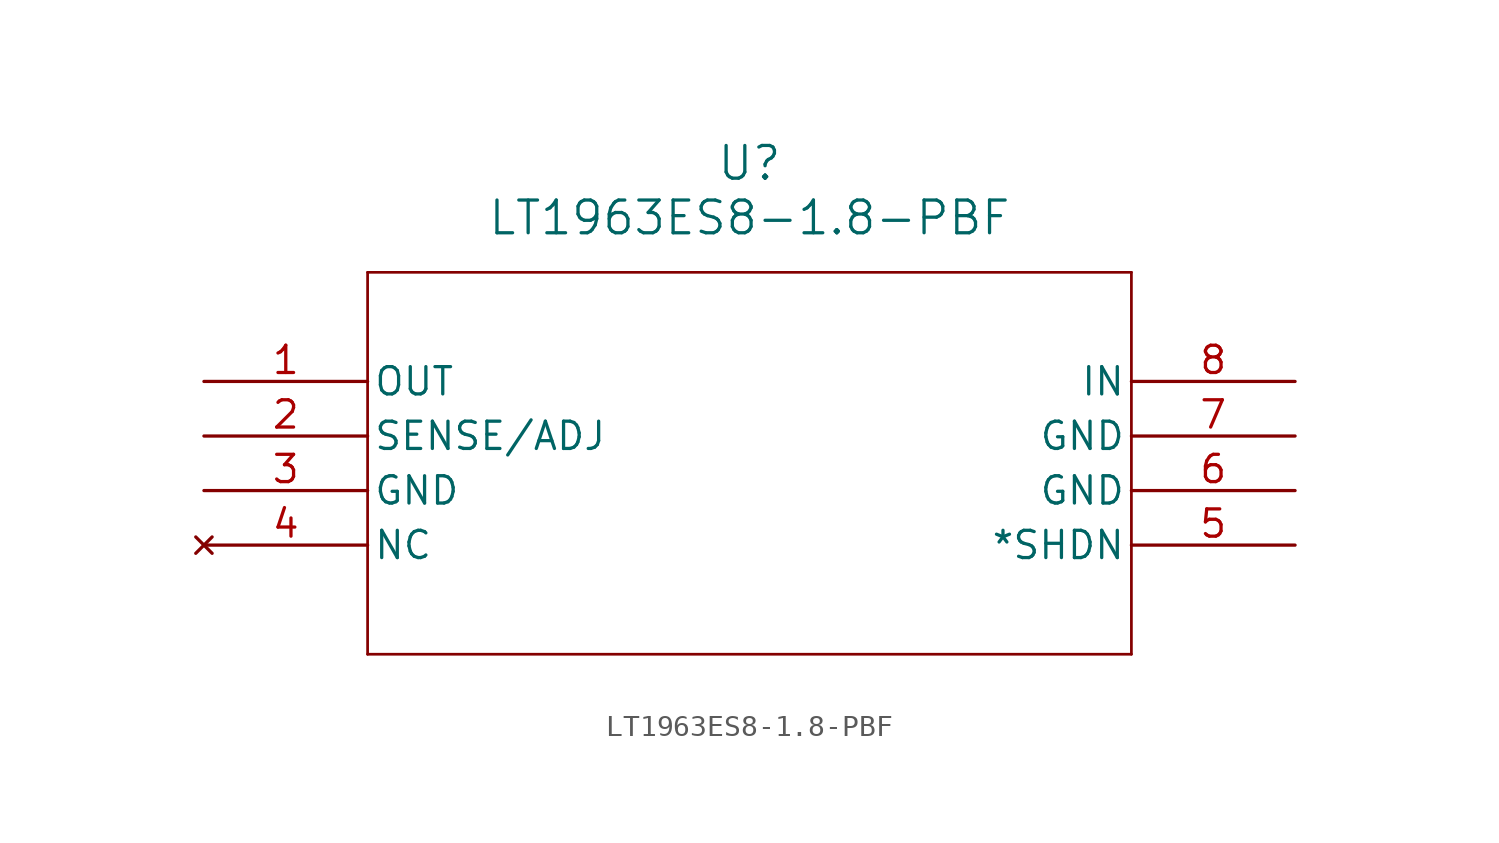
<source format=kicad_sym>
(kicad_symbol_lib
  (version 20211014)
  (generator kicad_symbol_editor)
  (symbol "LT1963ES8-1.8-PBF"
    (pin_names
      (offset 0.254))
    (property "Reference" "U"
      (at 25.4 10.16 0)
      (effects (font (size 1.524 1.524))))
    (property "Value" "LT1963ES8-1.8-PBF"
      (at 25.4 7.62 0)
      (effects (font (size 1.524 1.524))))
    (symbol "LT1963ES8-1.8-PBF_0_1"
      (polyline (pts (xy 7.62 5.08) (xy 7.62 -12.7)) (stroke (width 0.127) (type default) (color 0 0 0 0)) (fill (type none)))
      (polyline (pts (xy 7.62 -12.7) (xy 43.18 -12.7)) (stroke (width 0.127) (type default) (color 0 0 0 0)) (fill (type none)))
      (polyline (pts (xy 43.18 -12.7) (xy 43.18 5.08)) (stroke (width 0.127) (type default) (color 0 0 0 0)) (fill (type none)))
      (polyline (pts (xy 43.18 5.08) (xy 7.62 5.08)) (stroke (width 0.127) (type default) (color 0 0 0 0)) (fill (type none)))
      (pin output line (at 0 0 0) (length 7.62) (name "OUT" (effects (font (size 1.27 1.27)))) (number "1" (effects (font (size 1.27 1.27)))))
      (pin bidirectional line (at 0 -2.54 0) (length 7.62) (name "SENSE/ADJ" (effects (font (size 1.27 1.27)))) (number "2" (effects (font (size 1.27 1.27)))))
      (pin power_in line (at 0 -5.08 0) (length 7.62) (name "GND" (effects (font (size 1.27 1.27)))) (number "3" (effects (font (size 1.27 1.27)))))
      (pin no_connect line (at 0 -7.62 0) (length 7.62) (name "NC" (effects (font (size 1.27 1.27)))) (number "4" (effects (font (size 1.27 1.27)))))
      (pin unspecified line (at 50.8 -7.62 180) (length 7.62) (name "*SHDN" (effects (font (size 1.27 1.27)))) (number "5" (effects (font (size 1.27 1.27)))))
      (pin power_in line (at 50.8 -5.08 180) (length 7.62) (name "GND" (effects (font (size 1.27 1.27)))) (number "6" (effects (font (size 1.27 1.27)))))
      (pin power_in line (at 50.8 -2.54 180) (length 7.62) (name "GND" (effects (font (size 1.27 1.27)))) (number "7" (effects (font (size 1.27 1.27)))))
      (pin input line (at 50.8 0 180) (length 7.62) (name "IN" (effects (font (size 1.27 1.27)))) (number "8" (effects (font (size 1.27 1.27))))))))
</source>
